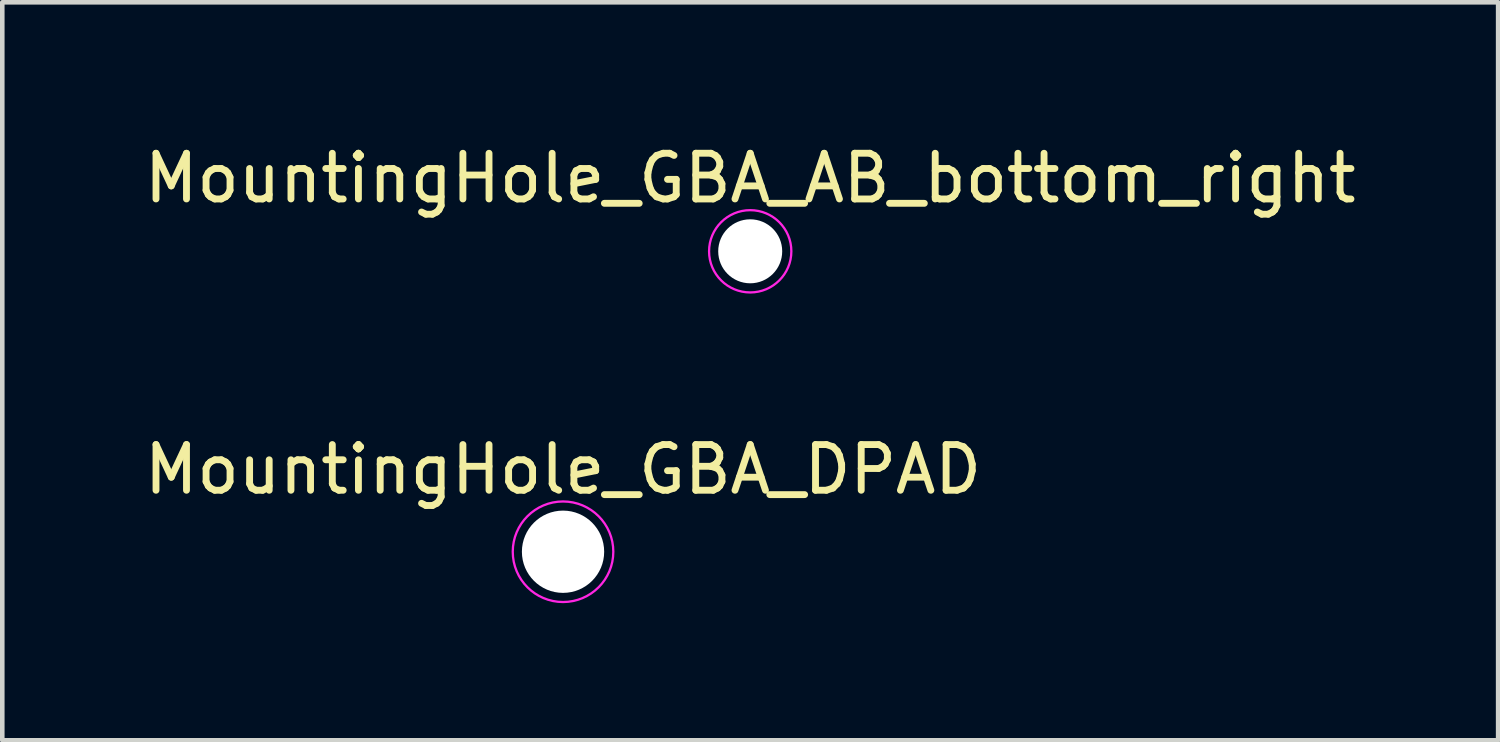
<source format=kicad_pcb>
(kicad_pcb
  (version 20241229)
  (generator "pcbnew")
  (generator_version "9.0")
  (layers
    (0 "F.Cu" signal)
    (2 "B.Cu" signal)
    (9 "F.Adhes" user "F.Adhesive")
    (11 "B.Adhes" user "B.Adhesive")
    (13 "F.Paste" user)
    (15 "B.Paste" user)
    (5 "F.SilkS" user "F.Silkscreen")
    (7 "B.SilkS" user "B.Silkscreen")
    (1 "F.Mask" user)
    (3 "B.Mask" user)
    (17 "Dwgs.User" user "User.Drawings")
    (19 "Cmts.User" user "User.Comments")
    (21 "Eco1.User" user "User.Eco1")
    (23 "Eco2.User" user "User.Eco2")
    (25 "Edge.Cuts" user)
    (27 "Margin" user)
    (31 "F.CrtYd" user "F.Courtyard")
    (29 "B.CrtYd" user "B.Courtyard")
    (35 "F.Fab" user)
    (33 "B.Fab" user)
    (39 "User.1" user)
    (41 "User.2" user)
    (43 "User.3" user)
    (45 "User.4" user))
  (footprint "MountingHole_GBA_DPAD"
    (layer "F.Cu")
    (at 9.268 9.021)
    (property "Reference" "MountingHole_GBA_DPAD" (at 0 -1.8 0) (layer "F.SilkS") (effects (font (size 1 1) (thickness 0.15))))
    (attr through_hole)
    (fp_circle (center 0 0) (end 1.1 0) (stroke (width 0.05) (type solid)) (fill no) (layer "F.CrtYd"))
    (pad "" np_thru_hole circle (at 0 0 180) (size 1.8 1.8) (drill 1.8) (layers "*.Cu" "*.Mask")))
  (footprint "MountingHole_GBA_AB_bottom_right"
    (layer "F.Cu")
    (at 13.363 2.448)
    (property "Reference" "MountingHole_GBA_AB_bottom_right" (at 0 -1.6 0) (layer "F.SilkS") (effects (font (size 1 1) (thickness 0.15))))
    (attr through_hole)
    (fp_circle (center 0 0) (end 0.9 0) (stroke (width 0.05) (type solid)) (fill no) (layer "F.CrtYd"))
    (pad "" np_thru_hole circle (at 0 0 180) (size 1.4 1.4) (drill 1.4) (layers "*.Cu" "*.Mask")))
  (gr_rect
    (start -3 -3)
    (end 29.726 13.146)
    (stroke (width 0.1) (type default))
    (fill no)
    (layer "Edge.Cuts")))
</source>
